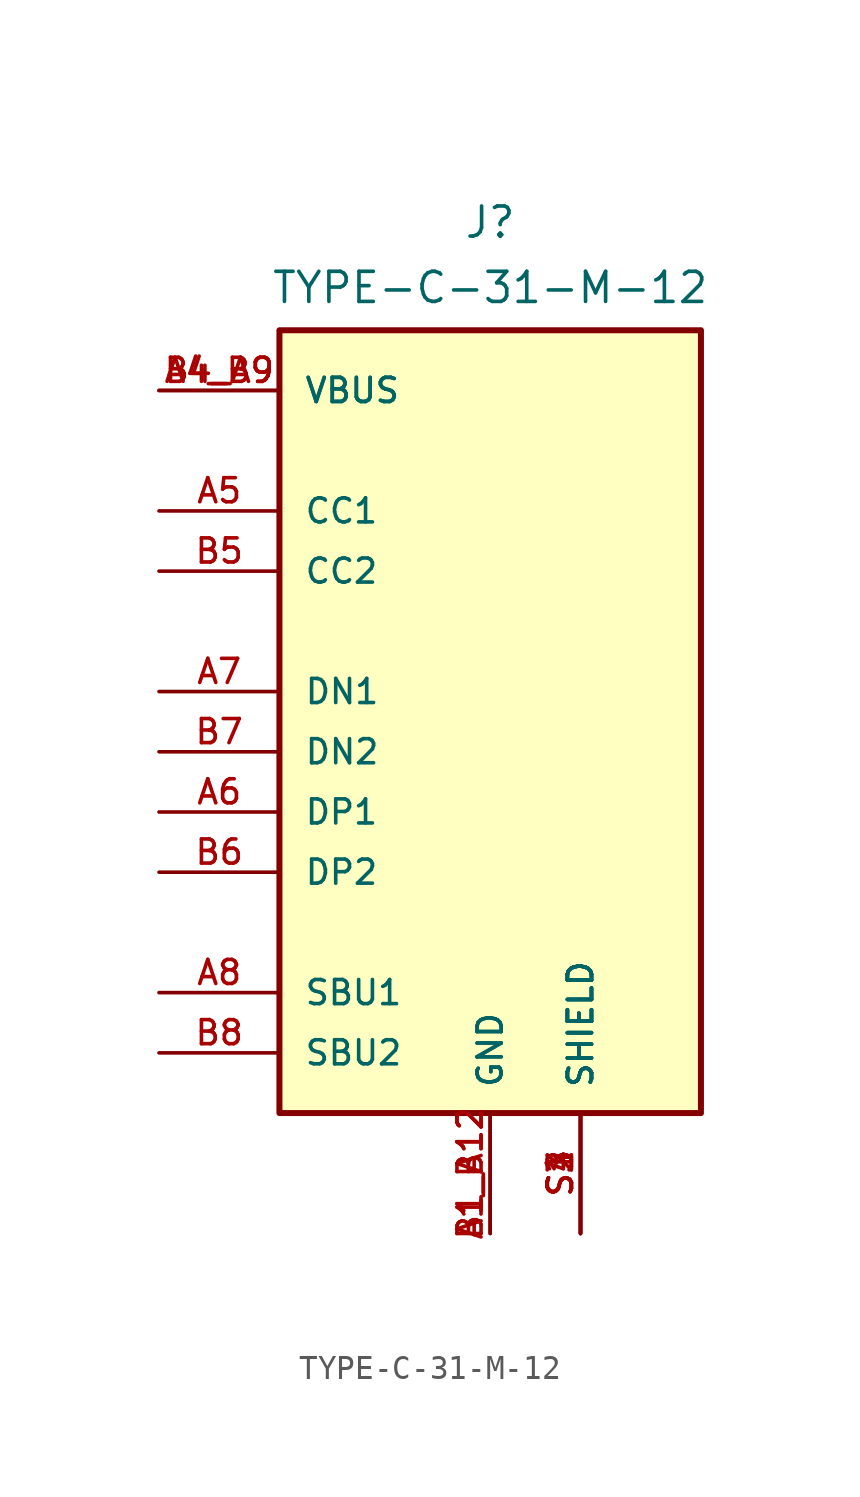
<source format=kicad_sym>
(kicad_symbol_lib
  (version 20220914)
  (generator kicad_symbol_editor)
  (symbol "TYPE-C-31-M-12"
    (pin_names
      (offset 1.016))
    (property "Reference" "J"
      (at 0 16.51 0)
      (effects (font (size 1.27 1.27)) (justify bottom)))
    (property "Value" "TYPE-C-31-M-12"
      (at 0 15.24 0)
      (effects (font (size 1.27 1.27)) (justify top)))
    (symbol "TYPE-C-31-M-12_0_0"
      (rectangle (start -8.89 12.7) (end 8.89 -20.32) (stroke (width 0.254) (type default)) (fill (type background)))
      (pin power_in line (at 0 -25.4 90) (length 5.08) (name "GND" (effects (font (size 1.016 1.016)))) (number "A1_B12" (effects (font (size 1.016 1.016)))))
      (pin power_in line (at -13.97 10.16 0) (length 5.08) (name "VBUS" (effects (font (size 1.016 1.016)))) (number "A4_B9" (effects (font (size 1.016 1.016)))))
      (pin bidirectional line (at -13.97 5.08 0) (length 5.08) (name "CC1" (effects (font (size 1.016 1.016)))) (number "A5" (effects (font (size 1.016 1.016)))))
      (pin bidirectional line (at -13.97 -7.62 0) (length 5.08) (name "DP1" (effects (font (size 1.016 1.016)))) (number "A6" (effects (font (size 1.016 1.016)))))
      (pin bidirectional line (at -13.97 -2.54 0) (length 5.08) (name "DN1" (effects (font (size 1.016 1.016)))) (number "A7" (effects (font (size 1.016 1.016)))))
      (pin bidirectional line (at -13.97 -15.24 0) (length 5.08) (name "SBU1" (effects (font (size 1.016 1.016)))) (number "A8" (effects (font (size 1.016 1.016)))))
      (pin power_in line (at 0 -25.4 90) (length 5.08) (name "GND" (effects (font (size 1.016 1.016)))) (number "B1_A12" (effects (font (size 1.016 1.016)))))
      (pin power_in line (at -13.97 10.16 0) (length 5.08) (name "VBUS" (effects (font (size 1.016 1.016)))) (number "B4_A9" (effects (font (size 1.016 1.016)))))
      (pin bidirectional line (at -13.97 2.54 0) (length 5.08) (name "CC2" (effects (font (size 1.016 1.016)))) (number "B5" (effects (font (size 1.016 1.016)))))
      (pin bidirectional line (at -13.97 -10.16 0) (length 5.08) (name "DP2" (effects (font (size 1.016 1.016)))) (number "B6" (effects (font (size 1.016 1.016)))))
      (pin bidirectional line (at -13.97 -5.08 0) (length 5.08) (name "DN2" (effects (font (size 1.016 1.016)))) (number "B7" (effects (font (size 1.016 1.016)))))
      (pin bidirectional line (at -13.97 -17.78 0) (length 5.08) (name "SBU2" (effects (font (size 1.016 1.016)))) (number "B8" (effects (font (size 1.016 1.016)))))
      (pin passive line (at 3.81 -25.4 90) (length 5.08) (name "SHIELD" (effects (font (size 1.016 1.016)))) (number "S1" (effects (font (size 1.016 1.016)))))
      (pin passive line (at 3.81 -25.4 90) (length 5.08) (name "SHIELD" (effects (font (size 1.016 1.016)))) (number "S2" (effects (font (size 1.016 1.016)))))
      (pin passive line (at 3.81 -25.4 90) (length 5.08) (name "SHIELD" (effects (font (size 1.016 1.016)))) (number "S3" (effects (font (size 1.016 1.016)))))
      (pin passive line (at 3.81 -25.4 90) (length 5.08) (name "SHIELD" (effects (font (size 1.016 1.016)))) (number "S4" (effects (font (size 1.016 1.016))))))))
</source>
